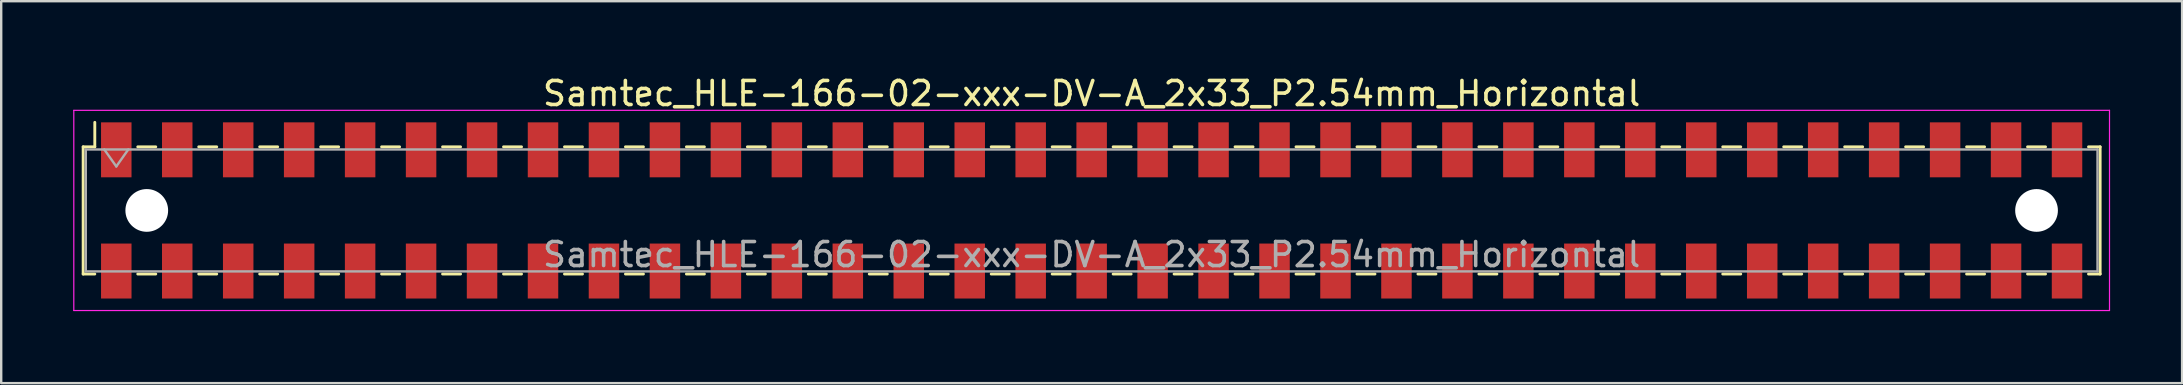
<source format=kicad_pcb>
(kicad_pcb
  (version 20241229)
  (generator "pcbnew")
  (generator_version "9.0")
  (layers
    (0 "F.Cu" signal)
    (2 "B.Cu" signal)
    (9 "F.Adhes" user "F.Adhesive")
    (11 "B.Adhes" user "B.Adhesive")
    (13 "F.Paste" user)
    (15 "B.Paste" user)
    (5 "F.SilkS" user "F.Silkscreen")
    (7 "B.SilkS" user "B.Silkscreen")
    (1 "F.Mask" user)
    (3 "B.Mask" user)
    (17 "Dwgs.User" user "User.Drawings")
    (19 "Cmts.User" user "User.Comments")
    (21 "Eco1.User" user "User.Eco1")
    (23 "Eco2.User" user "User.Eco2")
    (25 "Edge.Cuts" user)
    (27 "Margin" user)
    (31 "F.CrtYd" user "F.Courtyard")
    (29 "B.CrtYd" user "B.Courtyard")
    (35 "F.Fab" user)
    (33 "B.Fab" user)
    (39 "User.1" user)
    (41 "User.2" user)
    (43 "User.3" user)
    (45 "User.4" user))
  (footprint "Samtec_HLE-166-02-xxx-DV-A_2x33_P2.54mm_Horizontal"
    (layer "F.Cu")
    (at 42.435 5.718)
    (property "Reference" "Samtec_HLE-166-02-xxx-DV-A_2x33_P2.54mm_Horizontal" (at 0 -4.87 0) (layer "F.SilkS") (effects (font (size 1 1) (thickness 0.15))))
    (attr smd)
    (fp_line (start -42.02 -2.65) (end -42.02 2.65) (stroke (width 0.12) (type solid)) (layer "F.SilkS"))
    (fp_line (start -42.02 2.65) (end -41.535 2.65) (stroke (width 0.12) (type solid)) (layer "F.SilkS"))
    (fp_line (start -41.535 -3.67) (end -41.535 -2.65) (stroke (width 0.12) (type solid)) (layer "F.SilkS"))
    (fp_line (start -41.535 -2.65) (end -42.02 -2.65) (stroke (width 0.12) (type solid)) (layer "F.SilkS"))
    (fp_line (start -39.745 -2.65) (end -38.995 -2.65) (stroke (width 0.12) (type solid)) (layer "F.SilkS"))
    (fp_line (start -39.745 2.65) (end -38.995 2.65) (stroke (width 0.12) (type solid)) (layer "F.SilkS"))
    (fp_line (start -37.205 -2.65) (end -36.455 -2.65) (stroke (width 0.12) (type solid)) (layer "F.SilkS"))
    (fp_line (start -37.205 2.65) (end -36.455 2.65) (stroke (width 0.12) (type solid)) (layer "F.SilkS"))
    (fp_line (start -34.665 -2.65) (end -33.915 -2.65) (stroke (width 0.12) (type solid)) (layer "F.SilkS"))
    (fp_line (start -34.665 2.65) (end -33.915 2.65) (stroke (width 0.12) (type solid)) (layer "F.SilkS"))
    (fp_line (start -32.125 -2.65) (end -31.375 -2.65) (stroke (width 0.12) (type solid)) (layer "F.SilkS"))
    (fp_line (start -32.125 2.65) (end -31.375 2.65) (stroke (width 0.12) (type solid)) (layer "F.SilkS"))
    (fp_line (start -29.585 -2.65) (end -28.835 -2.65) (stroke (width 0.12) (type solid)) (layer "F.SilkS"))
    (fp_line (start -29.585 2.65) (end -28.835 2.65) (stroke (width 0.12) (type solid)) (layer "F.SilkS"))
    (fp_line (start -27.045 -2.65) (end -26.295 -2.65) (stroke (width 0.12) (type solid)) (layer "F.SilkS"))
    (fp_line (start -27.045 2.65) (end -26.295 2.65) (stroke (width 0.12) (type solid)) (layer "F.SilkS"))
    (fp_line (start -24.505 -2.65) (end -23.755 -2.65) (stroke (width 0.12) (type solid)) (layer "F.SilkS"))
    (fp_line (start -24.505 2.65) (end -23.755 2.65) (stroke (width 0.12) (type solid)) (layer "F.SilkS"))
    (fp_line (start -21.965 -2.65) (end -21.215 -2.65) (stroke (width 0.12) (type solid)) (layer "F.SilkS"))
    (fp_line (start -21.965 2.65) (end -21.215 2.65) (stroke (width 0.12) (type solid)) (layer "F.SilkS"))
    (fp_line (start -19.425 -2.65) (end -18.675 -2.65) (stroke (width 0.12) (type solid)) (layer "F.SilkS"))
    (fp_line (start -19.425 2.65) (end -18.675 2.65) (stroke (width 0.12) (type solid)) (layer "F.SilkS"))
    (fp_line (start -16.885 -2.65) (end -16.135 -2.65) (stroke (width 0.12) (type solid)) (layer "F.SilkS"))
    (fp_line (start -16.885 2.65) (end -16.135 2.65) (stroke (width 0.12) (type solid)) (layer "F.SilkS"))
    (fp_line (start -14.345 -2.65) (end -13.595 -2.65) (stroke (width 0.12) (type solid)) (layer "F.SilkS"))
    (fp_line (start -14.345 2.65) (end -13.595 2.65) (stroke (width 0.12) (type solid)) (layer "F.SilkS"))
    (fp_line (start -11.805 -2.65) (end -11.055 -2.65) (stroke (width 0.12) (type solid)) (layer "F.SilkS"))
    (fp_line (start -11.805 2.65) (end -11.055 2.65) (stroke (width 0.12) (type solid)) (layer "F.SilkS"))
    (fp_line (start -9.265 -2.65) (end -8.515 -2.65) (stroke (width 0.12) (type solid)) (layer "F.SilkS"))
    (fp_line (start -9.265 2.65) (end -8.515 2.65) (stroke (width 0.12) (type solid)) (layer "F.SilkS"))
    (fp_line (start -6.725 -2.65) (end -5.975 -2.65) (stroke (width 0.12) (type solid)) (layer "F.SilkS"))
    (fp_line (start -6.725 2.65) (end -5.975 2.65) (stroke (width 0.12) (type solid)) (layer "F.SilkS"))
    (fp_line (start -4.185 -2.65) (end -3.435 -2.65) (stroke (width 0.12) (type solid)) (layer "F.SilkS"))
    (fp_line (start -4.185 2.65) (end -3.435 2.65) (stroke (width 0.12) (type solid)) (layer "F.SilkS"))
    (fp_line (start -1.645 -2.65) (end -0.895 -2.65) (stroke (width 0.12) (type solid)) (layer "F.SilkS"))
    (fp_line (start -1.645 2.65) (end -0.895 2.65) (stroke (width 0.12) (type solid)) (layer "F.SilkS"))
    (fp_line (start 0.895 -2.65) (end 1.645 -2.65) (stroke (width 0.12) (type solid)) (layer "F.SilkS"))
    (fp_line (start 0.895 2.65) (end 1.645 2.65) (stroke (width 0.12) (type solid)) (layer "F.SilkS"))
    (fp_line (start 3.435 -2.65) (end 4.185 -2.65) (stroke (width 0.12) (type solid)) (layer "F.SilkS"))
    (fp_line (start 3.435 2.65) (end 4.185 2.65) (stroke (width 0.12) (type solid)) (layer "F.SilkS"))
    (fp_line (start 5.975 -2.65) (end 6.725 -2.65) (stroke (width 0.12) (type solid)) (layer "F.SilkS"))
    (fp_line (start 5.975 2.65) (end 6.725 2.65) (stroke (width 0.12) (type solid)) (layer "F.SilkS"))
    (fp_line (start 8.515 -2.65) (end 9.265 -2.65) (stroke (width 0.12) (type solid)) (layer "F.SilkS"))
    (fp_line (start 8.515 2.65) (end 9.265 2.65) (stroke (width 0.12) (type solid)) (layer "F.SilkS"))
    (fp_line (start 11.055 -2.65) (end 11.805 -2.65) (stroke (width 0.12) (type solid)) (layer "F.SilkS"))
    (fp_line (start 11.055 2.65) (end 11.805 2.65) (stroke (width 0.12) (type solid)) (layer "F.SilkS"))
    (fp_line (start 13.595 -2.65) (end 14.345 -2.65) (stroke (width 0.12) (type solid)) (layer "F.SilkS"))
    (fp_line (start 13.595 2.65) (end 14.345 2.65) (stroke (width 0.12) (type solid)) (layer "F.SilkS"))
    (fp_line (start 16.135 -2.65) (end 16.885 -2.65) (stroke (width 0.12) (type solid)) (layer "F.SilkS"))
    (fp_line (start 16.135 2.65) (end 16.885 2.65) (stroke (width 0.12) (type solid)) (layer "F.SilkS"))
    (fp_line (start 18.675 -2.65) (end 19.425 -2.65) (stroke (width 0.12) (type solid)) (layer "F.SilkS"))
    (fp_line (start 18.675 2.65) (end 19.425 2.65) (stroke (width 0.12) (type solid)) (layer "F.SilkS"))
    (fp_line (start 21.215 -2.65) (end 21.965 -2.65) (stroke (width 0.12) (type solid)) (layer "F.SilkS"))
    (fp_line (start 21.215 2.65) (end 21.965 2.65) (stroke (width 0.12) (type solid)) (layer "F.SilkS"))
    (fp_line (start 23.755 -2.65) (end 24.505 -2.65) (stroke (width 0.12) (type solid)) (layer "F.SilkS"))
    (fp_line (start 23.755 2.65) (end 24.505 2.65) (stroke (width 0.12) (type solid)) (layer "F.SilkS"))
    (fp_line (start 26.295 -2.65) (end 27.045 -2.65) (stroke (width 0.12) (type solid)) (layer "F.SilkS"))
    (fp_line (start 26.295 2.65) (end 27.045 2.65) (stroke (width 0.12) (type solid)) (layer "F.SilkS"))
    (fp_line (start 28.835 -2.65) (end 29.585 -2.65) (stroke (width 0.12) (type solid)) (layer "F.SilkS"))
    (fp_line (start 28.835 2.65) (end 29.585 2.65) (stroke (width 0.12) (type solid)) (layer "F.SilkS"))
    (fp_line (start 31.375 -2.65) (end 32.125 -2.65) (stroke (width 0.12) (type solid)) (layer "F.SilkS"))
    (fp_line (start 31.375 2.65) (end 32.125 2.65) (stroke (width 0.12) (type solid)) (layer "F.SilkS"))
    (fp_line (start 33.915 -2.65) (end 34.665 -2.65) (stroke (width 0.12) (type solid)) (layer "F.SilkS"))
    (fp_line (start 33.915 2.65) (end 34.665 2.65) (stroke (width 0.12) (type solid)) (layer "F.SilkS"))
    (fp_line (start 36.455 -2.65) (end 37.205 -2.65) (stroke (width 0.12) (type solid)) (layer "F.SilkS"))
    (fp_line (start 36.455 2.65) (end 37.205 2.65) (stroke (width 0.12) (type solid)) (layer "F.SilkS"))
    (fp_line (start 38.995 -2.65) (end 39.745 -2.65) (stroke (width 0.12) (type solid)) (layer "F.SilkS"))
    (fp_line (start 38.995 2.65) (end 39.745 2.65) (stroke (width 0.12) (type solid)) (layer "F.SilkS"))
    (fp_line (start 41.535 -2.65) (end 42.02 -2.65) (stroke (width 0.12) (type solid)) (layer "F.SilkS"))
    (fp_line (start 42.02 -2.65) (end 42.02 2.65) (stroke (width 0.12) (type solid)) (layer "F.SilkS"))
    (fp_line (start 42.02 2.65) (end 41.535 2.65) (stroke (width 0.12) (type solid)) (layer "F.SilkS"))
    (fp_line (start -42.41 -4.17) (end 42.41 -4.17) (stroke (width 0.05) (type solid)) (layer "F.CrtYd"))
    (fp_line (start -42.41 4.17) (end -42.41 -4.17) (stroke (width 0.05) (type solid)) (layer "F.CrtYd"))
    (fp_line (start 42.41 -4.17) (end 42.41 4.17) (stroke (width 0.05) (type solid)) (layer "F.CrtYd"))
    (fp_line (start 42.41 4.17) (end -42.41 4.17) (stroke (width 0.05) (type solid)) (layer "F.CrtYd"))
    (fp_line (start -41.91 -2.54) (end 41.91 -2.54) (stroke (width 0.1) (type solid)) (layer "F.Fab"))
    (fp_line (start -41.91 2.54) (end -41.91 -2.54) (stroke (width 0.1) (type solid)) (layer "F.Fab"))
    (fp_line (start -41.14 -2.54) (end -40.64 -1.833) (stroke (width 0.1) (type solid)) (layer "F.Fab"))
    (fp_line (start -40.64 -1.833) (end -40.14 -2.54) (stroke (width 0.1) (type solid)) (layer "F.Fab"))
    (fp_line (start 41.91 -2.54) (end 41.91 2.54) (stroke (width 0.1) (type solid)) (layer "F.Fab"))
    (fp_line (start 41.91 2.54) (end -41.91 2.54) (stroke (width 0.1) (type solid)) (layer "F.Fab"))
    (fp_text user "${REFERENCE}" (at 0 1.84 0) (layer "F.Fab") (effects (font (size 1 1) (thickness 0.15))))
    (pad "" np_thru_hole circle (at -39.37 0) (size 1.78 1.78) (drill 1.78) (layers "*.Cu" "*.Mask"))
    (pad "" np_thru_hole circle (at 39.37 0) (size 1.78 1.78) (drill 1.78) (layers "*.Cu" "*.Mask"))
    (pad "1" smd rect (at -40.64 -2.525) (size 1.27 2.29) (layers "F.Cu" "F.Mask" "F.Paste"))
    (pad "2" smd rect (at -40.64 2.525) (size 1.27 2.29) (layers "F.Cu" "F.Mask" "F.Paste"))
    (pad "3" smd rect (at -38.1 -2.525) (size 1.27 2.29) (layers "F.Cu" "F.Mask" "F.Paste"))
    (pad "4" smd rect (at -38.1 2.525) (size 1.27 2.29) (layers "F.Cu" "F.Mask" "F.Paste"))
    (pad "5" smd rect (at -35.56 -2.525) (size 1.27 2.29) (layers "F.Cu" "F.Mask" "F.Paste"))
    (pad "6" smd rect (at -35.56 2.525) (size 1.27 2.29) (layers "F.Cu" "F.Mask" "F.Paste"))
    (pad "7" smd rect (at -33.02 -2.525) (size 1.27 2.29) (layers "F.Cu" "F.Mask" "F.Paste"))
    (pad "8" smd rect (at -33.02 2.525) (size 1.27 2.29) (layers "F.Cu" "F.Mask" "F.Paste"))
    (pad "9" smd rect (at -30.48 -2.525) (size 1.27 2.29) (layers "F.Cu" "F.Mask" "F.Paste"))
    (pad "10" smd rect (at -30.48 2.525) (size 1.27 2.29) (layers "F.Cu" "F.Mask" "F.Paste"))
    (pad "11" smd rect (at -27.94 -2.525) (size 1.27 2.29) (layers "F.Cu" "F.Mask" "F.Paste"))
    (pad "12" smd rect (at -27.94 2.525) (size 1.27 2.29) (layers "F.Cu" "F.Mask" "F.Paste"))
    (pad "13" smd rect (at -25.4 -2.525) (size 1.27 2.29) (layers "F.Cu" "F.Mask" "F.Paste"))
    (pad "14" smd rect (at -25.4 2.525) (size 1.27 2.29) (layers "F.Cu" "F.Mask" "F.Paste"))
    (pad "15" smd rect (at -22.86 -2.525) (size 1.27 2.29) (layers "F.Cu" "F.Mask" "F.Paste"))
    (pad "16" smd rect (at -22.86 2.525) (size 1.27 2.29) (layers "F.Cu" "F.Mask" "F.Paste"))
    (pad "17" smd rect (at -20.32 -2.525) (size 1.27 2.29) (layers "F.Cu" "F.Mask" "F.Paste"))
    (pad "18" smd rect (at -20.32 2.525) (size 1.27 2.29) (layers "F.Cu" "F.Mask" "F.Paste"))
    (pad "19" smd rect (at -17.78 -2.525) (size 1.27 2.29) (layers "F.Cu" "F.Mask" "F.Paste"))
    (pad "20" smd rect (at -17.78 2.525) (size 1.27 2.29) (layers "F.Cu" "F.Mask" "F.Paste"))
    (pad "21" smd rect (at -15.24 -2.525) (size 1.27 2.29) (layers "F.Cu" "F.Mask" "F.Paste"))
    (pad "22" smd rect (at -15.24 2.525) (size 1.27 2.29) (layers "F.Cu" "F.Mask" "F.Paste"))
    (pad "23" smd rect (at -12.7 -2.525) (size 1.27 2.29) (layers "F.Cu" "F.Mask" "F.Paste"))
    (pad "24" smd rect (at -12.7 2.525) (size 1.27 2.29) (layers "F.Cu" "F.Mask" "F.Paste"))
    (pad "25" smd rect (at -10.16 -2.525) (size 1.27 2.29) (layers "F.Cu" "F.Mask" "F.Paste"))
    (pad "26" smd rect (at -10.16 2.525) (size 1.27 2.29) (layers "F.Cu" "F.Mask" "F.Paste"))
    (pad "27" smd rect (at -7.62 -2.525) (size 1.27 2.29) (layers "F.Cu" "F.Mask" "F.Paste"))
    (pad "28" smd rect (at -7.62 2.525) (size 1.27 2.29) (layers "F.Cu" "F.Mask" "F.Paste"))
    (pad "29" smd rect (at -5.08 -2.525) (size 1.27 2.29) (layers "F.Cu" "F.Mask" "F.Paste"))
    (pad "30" smd rect (at -5.08 2.525) (size 1.27 2.29) (layers "F.Cu" "F.Mask" "F.Paste"))
    (pad "31" smd rect (at -2.54 -2.525) (size 1.27 2.29) (layers "F.Cu" "F.Mask" "F.Paste"))
    (pad "32" smd rect (at -2.54 2.525) (size 1.27 2.29) (layers "F.Cu" "F.Mask" "F.Paste"))
    (pad "33" smd rect (at 0 -2.525) (size 1.27 2.29) (layers "F.Cu" "F.Mask" "F.Paste"))
    (pad "34" smd rect (at 0 2.525) (size 1.27 2.29) (layers "F.Cu" "F.Mask" "F.Paste"))
    (pad "35" smd rect (at 2.54 -2.525) (size 1.27 2.29) (layers "F.Cu" "F.Mask" "F.Paste"))
    (pad "36" smd rect (at 2.54 2.525) (size 1.27 2.29) (layers "F.Cu" "F.Mask" "F.Paste"))
    (pad "37" smd rect (at 5.08 -2.525) (size 1.27 2.29) (layers "F.Cu" "F.Mask" "F.Paste"))
    (pad "38" smd rect (at 5.08 2.525) (size 1.27 2.29) (layers "F.Cu" "F.Mask" "F.Paste"))
    (pad "39" smd rect (at 7.62 -2.525) (size 1.27 2.29) (layers "F.Cu" "F.Mask" "F.Paste"))
    (pad "40" smd rect (at 7.62 2.525) (size 1.27 2.29) (layers "F.Cu" "F.Mask" "F.Paste"))
    (pad "41" smd rect (at 10.16 -2.525) (size 1.27 2.29) (layers "F.Cu" "F.Mask" "F.Paste"))
    (pad "42" smd rect (at 10.16 2.525) (size 1.27 2.29) (layers "F.Cu" "F.Mask" "F.Paste"))
    (pad "43" smd rect (at 12.7 -2.525) (size 1.27 2.29) (layers "F.Cu" "F.Mask" "F.Paste"))
    (pad "44" smd rect (at 12.7 2.525) (size 1.27 2.29) (layers "F.Cu" "F.Mask" "F.Paste"))
    (pad "45" smd rect (at 15.24 -2.525) (size 1.27 2.29) (layers "F.Cu" "F.Mask" "F.Paste"))
    (pad "46" smd rect (at 15.24 2.525) (size 1.27 2.29) (layers "F.Cu" "F.Mask" "F.Paste"))
    (pad "47" smd rect (at 17.78 -2.525) (size 1.27 2.29) (layers "F.Cu" "F.Mask" "F.Paste"))
    (pad "48" smd rect (at 17.78 2.525) (size 1.27 2.29) (layers "F.Cu" "F.Mask" "F.Paste"))
    (pad "49" smd rect (at 20.32 -2.525) (size 1.27 2.29) (layers "F.Cu" "F.Mask" "F.Paste"))
    (pad "50" smd rect (at 20.32 2.525) (size 1.27 2.29) (layers "F.Cu" "F.Mask" "F.Paste"))
    (pad "51" smd rect (at 22.86 -2.525) (size 1.27 2.29) (layers "F.Cu" "F.Mask" "F.Paste"))
    (pad "52" smd rect (at 22.86 2.525) (size 1.27 2.29) (layers "F.Cu" "F.Mask" "F.Paste"))
    (pad "53" smd rect (at 25.4 -2.525) (size 1.27 2.29) (layers "F.Cu" "F.Mask" "F.Paste"))
    (pad "54" smd rect (at 25.4 2.525) (size 1.27 2.29) (layers "F.Cu" "F.Mask" "F.Paste"))
    (pad "55" smd rect (at 27.94 -2.525) (size 1.27 2.29) (layers "F.Cu" "F.Mask" "F.Paste"))
    (pad "56" smd rect (at 27.94 2.525) (size 1.27 2.29) (layers "F.Cu" "F.Mask" "F.Paste"))
    (pad "57" smd rect (at 30.48 -2.525) (size 1.27 2.29) (layers "F.Cu" "F.Mask" "F.Paste"))
    (pad "58" smd rect (at 30.48 2.525) (size 1.27 2.29) (layers "F.Cu" "F.Mask" "F.Paste"))
    (pad "59" smd rect (at 33.02 -2.525) (size 1.27 2.29) (layers "F.Cu" "F.Mask" "F.Paste"))
    (pad "60" smd rect (at 33.02 2.525) (size 1.27 2.29) (layers "F.Cu" "F.Mask" "F.Paste"))
    (pad "61" smd rect (at 35.56 -2.525) (size 1.27 2.29) (layers "F.Cu" "F.Mask" "F.Paste"))
    (pad "62" smd rect (at 35.56 2.525) (size 1.27 2.29) (layers "F.Cu" "F.Mask" "F.Paste"))
    (pad "63" smd rect (at 38.1 -2.525) (size 1.27 2.29) (layers "F.Cu" "F.Mask" "F.Paste"))
    (pad "64" smd rect (at 38.1 2.525) (size 1.27 2.29) (layers "F.Cu" "F.Mask" "F.Paste"))
    (pad "65" smd rect (at 40.64 -2.525) (size 1.27 2.29) (layers "F.Cu" "F.Mask" "F.Paste"))
    (pad "66" smd rect (at 40.64 2.525) (size 1.27 2.29) (layers "F.Cu" "F.Mask" "F.Paste")))
  (gr_rect
    (start -3 -3)
    (end 87.87 12.913)
    (stroke (width 0.1) (type default))
    (fill no)
    (layer "Edge.Cuts")))
</source>
